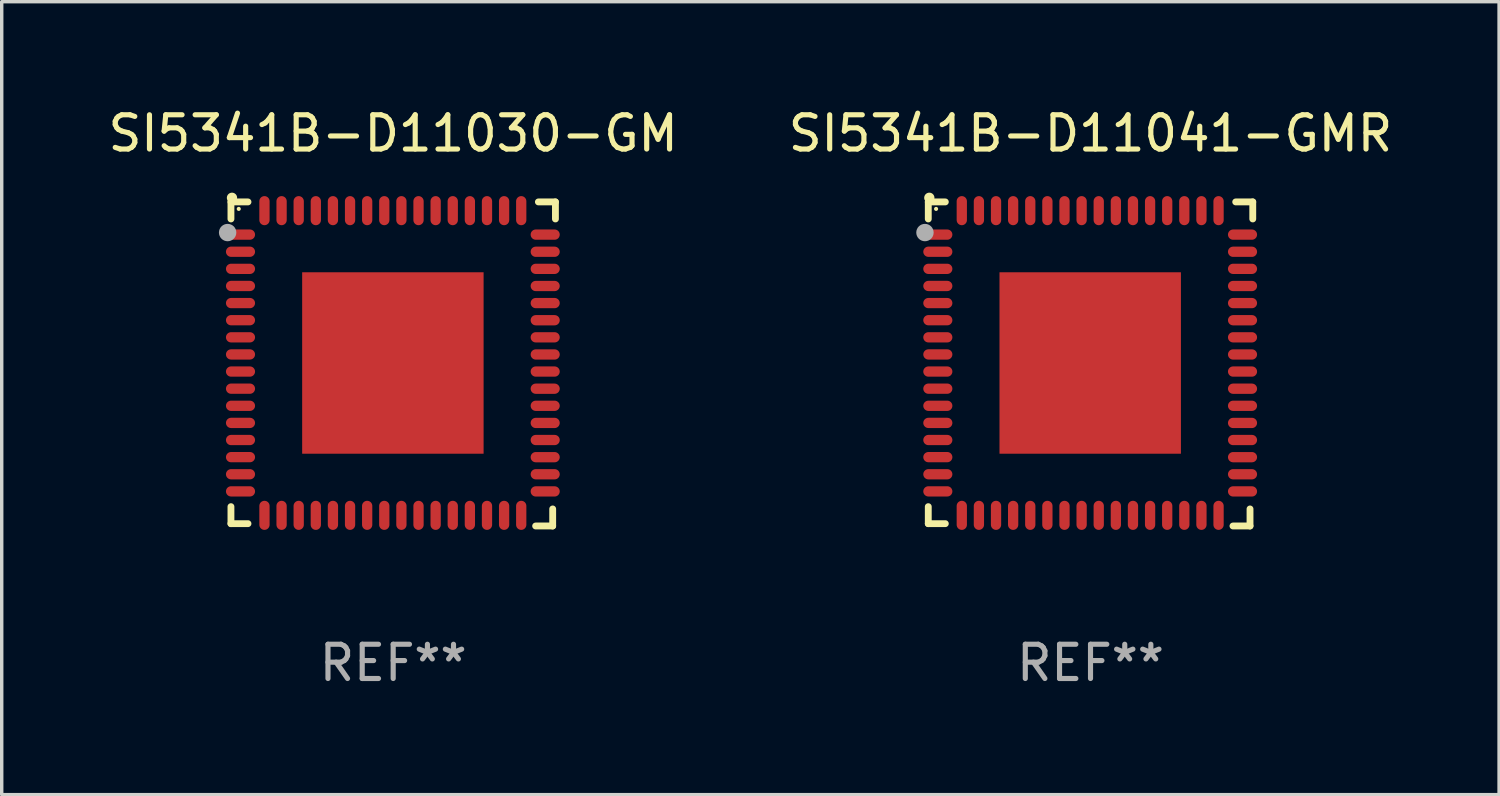
<source format=kicad_pcb>
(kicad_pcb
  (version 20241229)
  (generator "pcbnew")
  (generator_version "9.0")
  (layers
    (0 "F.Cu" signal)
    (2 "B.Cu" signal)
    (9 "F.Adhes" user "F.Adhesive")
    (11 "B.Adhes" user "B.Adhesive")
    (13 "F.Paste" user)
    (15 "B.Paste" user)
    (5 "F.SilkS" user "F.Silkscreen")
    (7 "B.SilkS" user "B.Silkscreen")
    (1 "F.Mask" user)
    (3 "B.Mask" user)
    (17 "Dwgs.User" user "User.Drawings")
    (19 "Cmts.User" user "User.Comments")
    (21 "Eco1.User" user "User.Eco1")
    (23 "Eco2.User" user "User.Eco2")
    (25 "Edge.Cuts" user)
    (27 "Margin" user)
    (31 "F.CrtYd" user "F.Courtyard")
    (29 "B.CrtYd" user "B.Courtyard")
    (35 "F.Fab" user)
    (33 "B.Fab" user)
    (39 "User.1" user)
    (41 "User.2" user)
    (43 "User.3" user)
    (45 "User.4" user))
  (footprint "SI5341B-D11030-GM"
    (layer "F.Cu")
    (at 8.435 7.581)
    (property "Reference" "SI5341B-D11030-GM" (at 0 -6.733 0) (layer "F.SilkS") (effects (font (size 1 1) (thickness 0.15))))
    (attr through_hole)
    (fp_line (start -4.739 -4.733) (end -4.241 -4.733) (stroke (width 0.2) (type solid)) (layer "F.SilkS"))
    (fp_line (start -4.739 -4.235) (end -4.739 -4.733) (stroke (width 0.2) (type solid)) (layer "F.SilkS"))
    (fp_line (start -4.739 4.168) (end -4.739 4.665) (stroke (width 0.2) (type solid)) (layer "F.SilkS"))
    (fp_line (start -4.739 4.665) (end -4.241 4.665) (stroke (width 0.2) (type solid)) (layer "F.SilkS"))
    (fp_line (start 4.161 4.733) (end 4.659 4.733) (stroke (width 0.2) (type solid)) (layer "F.SilkS"))
    (fp_line (start 4.241 -4.733) (end 4.739 -4.733) (stroke (width 0.2) (type solid)) (layer "F.SilkS"))
    (fp_line (start 4.659 4.733) (end 4.659 4.235) (stroke (width 0.2) (type solid)) (layer "F.SilkS"))
    (fp_line (start 4.739 -4.733) (end 4.739 -4.235) (stroke (width 0.2) (type solid)) (layer "F.SilkS"))
    (fp_arc (start -4.708623 -4.85108) (mid -4.708628 -4.85235) (end -4.708623 -4.85362) (stroke (width 0.3) (type solid)) (layer "F.SilkS"))
    (fp_circle (center -4.511 -4.529) (end -4.481 -4.529) (stroke (width 0.06) (type solid)) (fill no) (layer "F.SilkS"))
    (fp_circle (center -4.836 -3.838) (end -4.709 -3.838) (stroke (width 0.254) (type solid)) (fill no) (layer "F.Fab"))
    (fp_text user "REF**" (at 0 8.733 0) (layer "F.Fab") (effects (font (size 1 1) (thickness 0.15))))
    (pad "1" smd oval (at -4.46 -3.778) (size 0.85 0.3) (layers "F.Cu" "F.Mask" "F.Paste"))
    (pad "2" smd oval (at -4.46 -3.278) (size 0.85 0.3) (layers "F.Cu" "F.Mask" "F.Paste"))
    (pad "3" smd oval (at -4.46 -2.778) (size 0.85 0.3) (layers "F.Cu" "F.Mask" "F.Paste"))
    (pad "4" smd oval (at -4.46 -2.278) (size 0.85 0.3) (layers "F.Cu" "F.Mask" "F.Paste"))
    (pad "5" smd oval (at -4.46 -1.778) (size 0.85 0.3) (layers "F.Cu" "F.Mask" "F.Paste"))
    (pad "6" smd oval (at -4.46 -1.278) (size 0.85 0.3) (layers "F.Cu" "F.Mask" "F.Paste"))
    (pad "7" smd oval (at -4.46 -0.778) (size 0.85 0.3) (layers "F.Cu" "F.Mask" "F.Paste"))
    (pad "8" smd oval (at -4.46 -0.278) (size 0.85 0.3) (layers "F.Cu" "F.Mask" "F.Paste"))
    (pad "9" smd oval (at -4.46 0.222) (size 0.85 0.3) (layers "F.Cu" "F.Mask" "F.Paste"))
    (pad "10" smd oval (at -4.46 0.722) (size 0.85 0.3) (layers "F.Cu" "F.Mask" "F.Paste"))
    (pad "11" smd oval (at -4.46 1.222) (size 0.85 0.3) (layers "F.Cu" "F.Mask" "F.Paste"))
    (pad "12" smd oval (at -4.46 1.722) (size 0.85 0.3) (layers "F.Cu" "F.Mask" "F.Paste"))
    (pad "13" smd oval (at -4.46 2.222) (size 0.85 0.3) (layers "F.Cu" "F.Mask" "F.Paste"))
    (pad "14" smd oval (at -4.46 2.722) (size 0.85 0.3) (layers "F.Cu" "F.Mask" "F.Paste"))
    (pad "15" smd oval (at -4.46 3.222) (size 0.85 0.3) (layers "F.Cu" "F.Mask" "F.Paste"))
    (pad "16" smd oval (at -4.46 3.722) (size 0.85 0.3) (layers "F.Cu" "F.Mask" "F.Paste"))
    (pad "17" smd oval (at -3.76 4.422) (size 0.3 0.85) (layers "F.Cu" "F.Mask" "F.Paste"))
    (pad "18" smd oval (at -3.26 4.422) (size 0.3 0.85) (layers "F.Cu" "F.Mask" "F.Paste"))
    (pad "19" smd oval (at -2.76 4.422) (size 0.3 0.85) (layers "F.Cu" "F.Mask" "F.Paste"))
    (pad "20" smd oval (at -2.26 4.422) (size 0.3 0.85) (layers "F.Cu" "F.Mask" "F.Paste"))
    (pad "21" smd oval (at -1.76 4.422) (size 0.3 0.85) (layers "F.Cu" "F.Mask" "F.Paste"))
    (pad "22" smd oval (at -1.26 4.422) (size 0.3 0.85) (layers "F.Cu" "F.Mask" "F.Paste"))
    (pad "23" smd oval (at -0.76 4.422) (size 0.3 0.85) (layers "F.Cu" "F.Mask" "F.Paste"))
    (pad "24" smd oval (at -0.26 4.422) (size 0.3 0.85) (layers "F.Cu" "F.Mask" "F.Paste"))
    (pad "25" smd oval (at 0.24 4.422) (size 0.3 0.85) (layers "F.Cu" "F.Mask" "F.Paste"))
    (pad "26" smd oval (at 0.74 4.422) (size 0.3 0.85) (layers "F.Cu" "F.Mask" "F.Paste"))
    (pad "27" smd oval (at 1.24 4.422) (size 0.3 0.85) (layers "F.Cu" "F.Mask" "F.Paste"))
    (pad "28" smd oval (at 1.74 4.422) (size 0.3 0.85) (layers "F.Cu" "F.Mask" "F.Paste"))
    (pad "29" smd oval (at 2.24 4.422) (size 0.3 0.85) (layers "F.Cu" "F.Mask" "F.Paste"))
    (pad "30" smd oval (at 2.74 4.422) (size 0.3 0.85) (layers "F.Cu" "F.Mask" "F.Paste"))
    (pad "31" smd oval (at 3.24 4.422) (size 0.3 0.85) (layers "F.Cu" "F.Mask" "F.Paste"))
    (pad "32" smd oval (at 3.74 4.422) (size 0.3 0.85) (layers "F.Cu" "F.Mask" "F.Paste"))
    (pad "33" smd oval (at 4.44 3.723) (size 0.85 0.3) (layers "F.Cu" "F.Mask" "F.Paste"))
    (pad "34" smd oval (at 4.44 3.222) (size 0.85 0.3) (layers "F.Cu" "F.Mask" "F.Paste"))
    (pad "35" smd oval (at 4.44 2.723) (size 0.85 0.3) (layers "F.Cu" "F.Mask" "F.Paste"))
    (pad "36" smd oval (at 4.44 2.222) (size 0.85 0.3) (layers "F.Cu" "F.Mask" "F.Paste"))
    (pad "37" smd oval (at 4.44 1.723) (size 0.85 0.3) (layers "F.Cu" "F.Mask" "F.Paste"))
    (pad "38" smd oval (at 4.44 1.222) (size 0.85 0.3) (layers "F.Cu" "F.Mask" "F.Paste"))
    (pad "39" smd oval (at 4.44 0.723) (size 0.85 0.3) (layers "F.Cu" "F.Mask" "F.Paste"))
    (pad "40" smd oval (at 4.44 0.222) (size 0.85 0.3) (layers "F.Cu" "F.Mask" "F.Paste"))
    (pad "41" smd oval (at 4.44 -0.277) (size 0.85 0.3) (layers "F.Cu" "F.Mask" "F.Paste"))
    (pad "42" smd oval (at 4.44 -0.778) (size 0.85 0.3) (layers "F.Cu" "F.Mask" "F.Paste"))
    (pad "43" smd oval (at 4.44 -1.277) (size 0.85 0.3) (layers "F.Cu" "F.Mask" "F.Paste"))
    (pad "44" smd oval (at 4.44 -1.778) (size 0.85 0.3) (layers "F.Cu" "F.Mask" "F.Paste"))
    (pad "45" smd oval (at 4.44 -2.277) (size 0.85 0.3) (layers "F.Cu" "F.Mask" "F.Paste"))
    (pad "46" smd oval (at 4.44 -2.778) (size 0.85 0.3) (layers "F.Cu" "F.Mask" "F.Paste"))
    (pad "47" smd oval (at 4.44 -3.277) (size 0.85 0.3) (layers "F.Cu" "F.Mask" "F.Paste"))
    (pad "48" smd oval (at 4.44 -3.778) (size 0.85 0.3) (layers "F.Cu" "F.Mask" "F.Paste"))
    (pad "49" smd oval (at 3.74 -4.478) (size 0.3 0.85) (layers "F.Cu" "F.Mask" "F.Paste"))
    (pad "50" smd oval (at 3.24 -4.478) (size 0.3 0.85) (layers "F.Cu" "F.Mask" "F.Paste"))
    (pad "51" smd oval (at 2.74 -4.478) (size 0.3 0.85) (layers "F.Cu" "F.Mask" "F.Paste"))
    (pad "52" smd oval (at 2.24 -4.478) (size 0.3 0.85) (layers "F.Cu" "F.Mask" "F.Paste"))
    (pad "53" smd oval (at 1.74 -4.478) (size 0.3 0.85) (layers "F.Cu" "F.Mask" "F.Paste"))
    (pad "54" smd oval (at 1.24 -4.478) (size 0.3 0.85) (layers "F.Cu" "F.Mask" "F.Paste"))
    (pad "55" smd oval (at 0.74 -4.478) (size 0.3 0.85) (layers "F.Cu" "F.Mask" "F.Paste"))
    (pad "56" smd oval (at 0.24 -4.478) (size 0.3 0.85) (layers "F.Cu" "F.Mask" "F.Paste"))
    (pad "57" smd oval (at -0.26 -4.478) (size 0.3 0.85) (layers "F.Cu" "F.Mask" "F.Paste"))
    (pad "58" smd oval (at -0.76 -4.478) (size 0.3 0.85) (layers "F.Cu" "F.Mask" "F.Paste"))
    (pad "59" smd oval (at -1.26 -4.478) (size 0.3 0.85) (layers "F.Cu" "F.Mask" "F.Paste"))
    (pad "60" smd oval (at -1.76 -4.478) (size 0.3 0.85) (layers "F.Cu" "F.Mask" "F.Paste"))
    (pad "61" smd oval (at -2.26 -4.478) (size 0.3 0.85) (layers "F.Cu" "F.Mask" "F.Paste"))
    (pad "62" smd oval (at -2.76 -4.478) (size 0.3 0.85) (layers "F.Cu" "F.Mask" "F.Paste"))
    (pad "63" smd oval (at -3.26 -4.478) (size 0.3 0.85) (layers "F.Cu" "F.Mask" "F.Paste"))
    (pad "64" smd oval (at -3.76 -4.478) (size 0.3 0.85) (layers "F.Cu" "F.Mask" "F.Paste"))
    (pad "65" smd rect (at -0.009 -0.028 90) (size 5.3 5.3) (layers "F.Cu" "F.Mask" "F.Paste")))
  (footprint "SI5341B-D11041-GMR"
    (layer "F.Cu")
    (at 28.804 7.581)
    (property "Reference" "SI5341B-D11041-GMR" (at 0 -6.733 0) (layer "F.SilkS") (effects (font (size 1 1) (thickness 0.15))))
    (attr through_hole)
    (fp_line (start -4.739 -4.733) (end -4.241 -4.733) (stroke (width 0.2) (type solid)) (layer "F.SilkS"))
    (fp_line (start -4.739 -4.235) (end -4.739 -4.733) (stroke (width 0.2) (type solid)) (layer "F.SilkS"))
    (fp_line (start -4.739 4.168) (end -4.739 4.665) (stroke (width 0.2) (type solid)) (layer "F.SilkS"))
    (fp_line (start -4.739 4.665) (end -4.241 4.665) (stroke (width 0.2) (type solid)) (layer "F.SilkS"))
    (fp_line (start 4.161 4.733) (end 4.659 4.733) (stroke (width 0.2) (type solid)) (layer "F.SilkS"))
    (fp_line (start 4.241 -4.733) (end 4.739 -4.733) (stroke (width 0.2) (type solid)) (layer "F.SilkS"))
    (fp_line (start 4.659 4.733) (end 4.659 4.235) (stroke (width 0.2) (type solid)) (layer "F.SilkS"))
    (fp_line (start 4.739 -4.733) (end 4.739 -4.235) (stroke (width 0.2) (type solid)) (layer "F.SilkS"))
    (fp_arc (start -4.708623 -4.85108) (mid -4.708628 -4.85235) (end -4.708623 -4.85362) (stroke (width 0.3) (type solid)) (layer "F.SilkS"))
    (fp_circle (center -4.511 -4.529) (end -4.481 -4.529) (stroke (width 0.06) (type solid)) (fill no) (layer "F.SilkS"))
    (fp_circle (center -4.836 -3.838) (end -4.709 -3.838) (stroke (width 0.254) (type solid)) (fill no) (layer "F.Fab"))
    (fp_text user "REF**" (at 0 8.733 0) (layer "F.Fab") (effects (font (size 1 1) (thickness 0.15))))
    (pad "1" smd oval (at -4.46 -3.778) (size 0.85 0.3) (layers "F.Cu" "F.Mask" "F.Paste"))
    (pad "2" smd oval (at -4.46 -3.278) (size 0.85 0.3) (layers "F.Cu" "F.Mask" "F.Paste"))
    (pad "3" smd oval (at -4.46 -2.778) (size 0.85 0.3) (layers "F.Cu" "F.Mask" "F.Paste"))
    (pad "4" smd oval (at -4.46 -2.278) (size 0.85 0.3) (layers "F.Cu" "F.Mask" "F.Paste"))
    (pad "5" smd oval (at -4.46 -1.778) (size 0.85 0.3) (layers "F.Cu" "F.Mask" "F.Paste"))
    (pad "6" smd oval (at -4.46 -1.278) (size 0.85 0.3) (layers "F.Cu" "F.Mask" "F.Paste"))
    (pad "7" smd oval (at -4.46 -0.778) (size 0.85 0.3) (layers "F.Cu" "F.Mask" "F.Paste"))
    (pad "8" smd oval (at -4.46 -0.278) (size 0.85 0.3) (layers "F.Cu" "F.Mask" "F.Paste"))
    (pad "9" smd oval (at -4.46 0.222) (size 0.85 0.3) (layers "F.Cu" "F.Mask" "F.Paste"))
    (pad "10" smd oval (at -4.46 0.722) (size 0.85 0.3) (layers "F.Cu" "F.Mask" "F.Paste"))
    (pad "11" smd oval (at -4.46 1.222) (size 0.85 0.3) (layers "F.Cu" "F.Mask" "F.Paste"))
    (pad "12" smd oval (at -4.46 1.722) (size 0.85 0.3) (layers "F.Cu" "F.Mask" "F.Paste"))
    (pad "13" smd oval (at -4.46 2.222) (size 0.85 0.3) (layers "F.Cu" "F.Mask" "F.Paste"))
    (pad "14" smd oval (at -4.46 2.722) (size 0.85 0.3) (layers "F.Cu" "F.Mask" "F.Paste"))
    (pad "15" smd oval (at -4.46 3.222) (size 0.85 0.3) (layers "F.Cu" "F.Mask" "F.Paste"))
    (pad "16" smd oval (at -4.46 3.722) (size 0.85 0.3) (layers "F.Cu" "F.Mask" "F.Paste"))
    (pad "17" smd oval (at -3.76 4.422) (size 0.3 0.85) (layers "F.Cu" "F.Mask" "F.Paste"))
    (pad "18" smd oval (at -3.26 4.422) (size 0.3 0.85) (layers "F.Cu" "F.Mask" "F.Paste"))
    (pad "19" smd oval (at -2.76 4.422) (size 0.3 0.85) (layers "F.Cu" "F.Mask" "F.Paste"))
    (pad "20" smd oval (at -2.26 4.422) (size 0.3 0.85) (layers "F.Cu" "F.Mask" "F.Paste"))
    (pad "21" smd oval (at -1.76 4.422) (size 0.3 0.85) (layers "F.Cu" "F.Mask" "F.Paste"))
    (pad "22" smd oval (at -1.26 4.422) (size 0.3 0.85) (layers "F.Cu" "F.Mask" "F.Paste"))
    (pad "23" smd oval (at -0.76 4.422) (size 0.3 0.85) (layers "F.Cu" "F.Mask" "F.Paste"))
    (pad "24" smd oval (at -0.26 4.422) (size 0.3 0.85) (layers "F.Cu" "F.Mask" "F.Paste"))
    (pad "25" smd oval (at 0.24 4.422) (size 0.3 0.85) (layers "F.Cu" "F.Mask" "F.Paste"))
    (pad "26" smd oval (at 0.74 4.422) (size 0.3 0.85) (layers "F.Cu" "F.Mask" "F.Paste"))
    (pad "27" smd oval (at 1.24 4.422) (size 0.3 0.85) (layers "F.Cu" "F.Mask" "F.Paste"))
    (pad "28" smd oval (at 1.74 4.422) (size 0.3 0.85) (layers "F.Cu" "F.Mask" "F.Paste"))
    (pad "29" smd oval (at 2.24 4.422) (size 0.3 0.85) (layers "F.Cu" "F.Mask" "F.Paste"))
    (pad "30" smd oval (at 2.74 4.422) (size 0.3 0.85) (layers "F.Cu" "F.Mask" "F.Paste"))
    (pad "31" smd oval (at 3.24 4.422) (size 0.3 0.85) (layers "F.Cu" "F.Mask" "F.Paste"))
    (pad "32" smd oval (at 3.74 4.422) (size 0.3 0.85) (layers "F.Cu" "F.Mask" "F.Paste"))
    (pad "33" smd oval (at 4.44 3.723) (size 0.85 0.3) (layers "F.Cu" "F.Mask" "F.Paste"))
    (pad "34" smd oval (at 4.44 3.222) (size 0.85 0.3) (layers "F.Cu" "F.Mask" "F.Paste"))
    (pad "35" smd oval (at 4.44 2.723) (size 0.85 0.3) (layers "F.Cu" "F.Mask" "F.Paste"))
    (pad "36" smd oval (at 4.44 2.222) (size 0.85 0.3) (layers "F.Cu" "F.Mask" "F.Paste"))
    (pad "37" smd oval (at 4.44 1.723) (size 0.85 0.3) (layers "F.Cu" "F.Mask" "F.Paste"))
    (pad "38" smd oval (at 4.44 1.222) (size 0.85 0.3) (layers "F.Cu" "F.Mask" "F.Paste"))
    (pad "39" smd oval (at 4.44 0.723) (size 0.85 0.3) (layers "F.Cu" "F.Mask" "F.Paste"))
    (pad "40" smd oval (at 4.44 0.222) (size 0.85 0.3) (layers "F.Cu" "F.Mask" "F.Paste"))
    (pad "41" smd oval (at 4.44 -0.277) (size 0.85 0.3) (layers "F.Cu" "F.Mask" "F.Paste"))
    (pad "42" smd oval (at 4.44 -0.778) (size 0.85 0.3) (layers "F.Cu" "F.Mask" "F.Paste"))
    (pad "43" smd oval (at 4.44 -1.277) (size 0.85 0.3) (layers "F.Cu" "F.Mask" "F.Paste"))
    (pad "44" smd oval (at 4.44 -1.778) (size 0.85 0.3) (layers "F.Cu" "F.Mask" "F.Paste"))
    (pad "45" smd oval (at 4.44 -2.277) (size 0.85 0.3) (layers "F.Cu" "F.Mask" "F.Paste"))
    (pad "46" smd oval (at 4.44 -2.778) (size 0.85 0.3) (layers "F.Cu" "F.Mask" "F.Paste"))
    (pad "47" smd oval (at 4.44 -3.277) (size 0.85 0.3) (layers "F.Cu" "F.Mask" "F.Paste"))
    (pad "48" smd oval (at 4.44 -3.778) (size 0.85 0.3) (layers "F.Cu" "F.Mask" "F.Paste"))
    (pad "49" smd oval (at 3.74 -4.478) (size 0.3 0.85) (layers "F.Cu" "F.Mask" "F.Paste"))
    (pad "50" smd oval (at 3.24 -4.478) (size 0.3 0.85) (layers "F.Cu" "F.Mask" "F.Paste"))
    (pad "51" smd oval (at 2.74 -4.478) (size 0.3 0.85) (layers "F.Cu" "F.Mask" "F.Paste"))
    (pad "52" smd oval (at 2.24 -4.478) (size 0.3 0.85) (layers "F.Cu" "F.Mask" "F.Paste"))
    (pad "53" smd oval (at 1.74 -4.478) (size 0.3 0.85) (layers "F.Cu" "F.Mask" "F.Paste"))
    (pad "54" smd oval (at 1.24 -4.478) (size 0.3 0.85) (layers "F.Cu" "F.Mask" "F.Paste"))
    (pad "55" smd oval (at 0.74 -4.478) (size 0.3 0.85) (layers "F.Cu" "F.Mask" "F.Paste"))
    (pad "56" smd oval (at 0.24 -4.478) (size 0.3 0.85) (layers "F.Cu" "F.Mask" "F.Paste"))
    (pad "57" smd oval (at -0.26 -4.478) (size 0.3 0.85) (layers "F.Cu" "F.Mask" "F.Paste"))
    (pad "58" smd oval (at -0.76 -4.478) (size 0.3 0.85) (layers "F.Cu" "F.Mask" "F.Paste"))
    (pad "59" smd oval (at -1.26 -4.478) (size 0.3 0.85) (layers "F.Cu" "F.Mask" "F.Paste"))
    (pad "60" smd oval (at -1.76 -4.478) (size 0.3 0.85) (layers "F.Cu" "F.Mask" "F.Paste"))
    (pad "61" smd oval (at -2.26 -4.478) (size 0.3 0.85) (layers "F.Cu" "F.Mask" "F.Paste"))
    (pad "62" smd oval (at -2.76 -4.478) (size 0.3 0.85) (layers "F.Cu" "F.Mask" "F.Paste"))
    (pad "63" smd oval (at -3.26 -4.478) (size 0.3 0.85) (layers "F.Cu" "F.Mask" "F.Paste"))
    (pad "64" smd oval (at -3.76 -4.478) (size 0.3 0.85) (layers "F.Cu" "F.Mask" "F.Paste"))
    (pad "65" smd rect (at -0.009 -0.028 90) (size 5.3 5.3) (layers "F.Cu" "F.Mask" "F.Paste")))
  (gr_rect
    (start -3 -3)
    (end 40.738 20.162)
    (stroke (width 0.1) (type default))
    (fill no)
    (layer "Edge.Cuts")))
</source>
